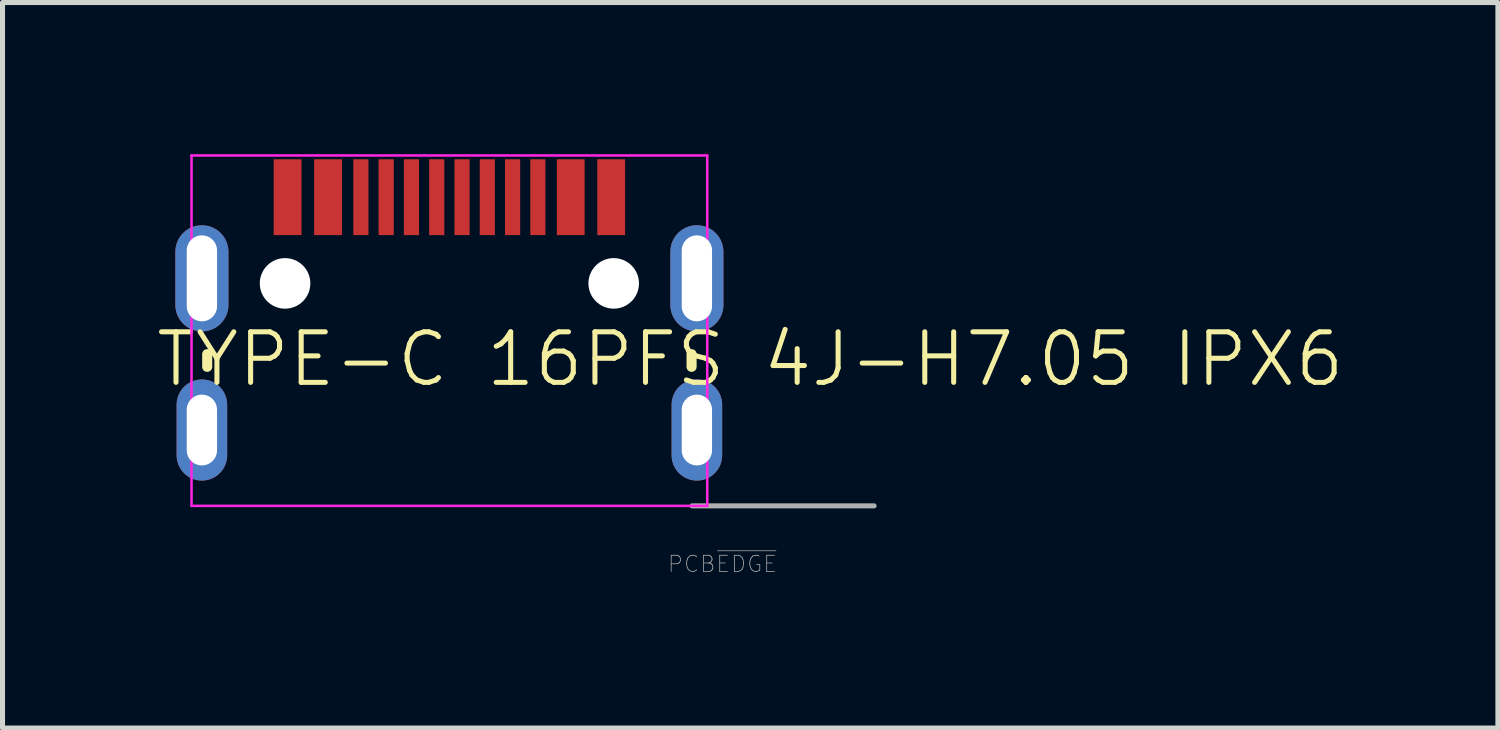
<source format=kicad_pcb>
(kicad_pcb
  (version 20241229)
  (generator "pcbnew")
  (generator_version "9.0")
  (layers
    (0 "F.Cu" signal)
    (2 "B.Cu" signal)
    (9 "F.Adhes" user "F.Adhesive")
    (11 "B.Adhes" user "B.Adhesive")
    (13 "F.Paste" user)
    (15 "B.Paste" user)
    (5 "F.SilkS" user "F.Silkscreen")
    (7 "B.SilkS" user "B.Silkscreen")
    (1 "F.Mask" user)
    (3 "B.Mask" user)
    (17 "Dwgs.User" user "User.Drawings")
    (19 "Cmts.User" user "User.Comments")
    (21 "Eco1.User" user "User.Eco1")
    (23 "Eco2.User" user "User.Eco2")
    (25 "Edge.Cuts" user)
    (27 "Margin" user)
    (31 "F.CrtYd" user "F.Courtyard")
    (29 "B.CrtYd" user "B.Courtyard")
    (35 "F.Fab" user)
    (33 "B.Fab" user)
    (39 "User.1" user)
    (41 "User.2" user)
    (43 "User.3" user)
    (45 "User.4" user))
  (footprint "TYPE-C 16PFS 4J-H7.05 IPX6"
    (layer "F.Cu")
    (at 5.838 3.955)
    (property "Reference" "TYPE-C 16PFS 4J-H7.05 IPX6" (at 5.95 0.1 180) (layer "F.SilkS") (effects (font (size 1 1) (thickness 0.1))))
    (attr through_hole)
    (fp_line (start -4.79 0) (end -4.79 0.25) (stroke (width 0.2) (type solid)) (layer "F.SilkS"))
    (fp_line (start 4.79 0) (end 4.79 0.25) (stroke (width 0.2) (type solid)) (layer "F.SilkS"))
    (fp_line (start -5.1 -3.93) (end -5.1 3) (stroke (width 0.05) (type solid)) (layer "F.CrtYd"))
    (fp_line (start -5.1 3) (end 5.1 3) (stroke (width 0.05) (type solid)) (layer "F.CrtYd"))
    (fp_line (start 5.1 -3.93) (end -5.1 -3.93) (stroke (width 0.05) (type solid)) (layer "F.CrtYd"))
    (fp_line (start 5.1 3) (end 5.1 -3.93) (stroke (width 0.05) (type solid)) (layer "F.CrtYd"))
    (fp_line (start 4.8 3) (end 8.4 3) (stroke (width 0.1) (type solid)) (layer "F.Fab"))
    (fp_text user "PCB~{EDGE}" (at 5.4 4.15 180) (layer "F.Fab") (effects (font (size 0.32 0.32) (thickness 0.015))))
    (pad "" np_thru_hole circle (at -3.25 -1.4) (size 1 1) (drill 1) (layers "*.Cu" "*.Mask"))
    (pad "" np_thru_hole circle (at 3.25 -1.4) (size 1 1) (drill 1) (layers "*.Cu" "*.Mask"))
    (pad "A1/B12" smd rect (at -3.2 -3.105) (size 0.55 1.5) (layers "F.Cu" "F.Mask" "F.Paste"))
    (pad "A4/B9" smd rect (at -2.4 -3.105) (size 0.55 1.5) (layers "F.Cu" "F.Mask" "F.Paste"))
    (pad "A5" smd rect (at -1.25 -3.105) (size 0.3 1.5) (layers "F.Cu" "F.Mask" "F.Paste"))
    (pad "A6" smd rect (at -0.25 -3.105) (size 0.3 1.5) (layers "F.Cu" "F.Mask" "F.Paste"))
    (pad "A7" smd rect (at 0.25 -3.105) (size 0.3 1.5) (layers "F.Cu" "F.Mask" "F.Paste"))
    (pad "A8" smd rect (at 1.25 -3.105) (size 0.3 1.5) (layers "F.Cu" "F.Mask" "F.Paste"))
    (pad "B1/A12" smd rect (at 3.2 -3.105) (size 0.55 1.5) (layers "F.Cu" "F.Mask" "F.Paste"))
    (pad "B4/A9" smd rect (at 2.4 -3.105) (size 0.55 1.5) (layers "F.Cu" "F.Mask" "F.Paste"))
    (pad "B5" smd rect (at 1.75 -3.105) (size 0.3 1.5) (layers "F.Cu" "F.Mask" "F.Paste"))
    (pad "B6" smd rect (at 0.75 -3.105) (size 0.3 1.5) (layers "F.Cu" "F.Mask" "F.Paste"))
    (pad "B7" smd rect (at -0.75 -3.105) (size 0.3 1.5) (layers "F.Cu" "F.Mask" "F.Paste"))
    (pad "B8" smd rect (at -1.75 -3.105) (size 0.3 1.5) (layers "F.Cu" "F.Mask" "F.Paste"))
    (pad "G1" thru_hole oval (at -4.895 1.5) (size 1 2) (drill oval 0.6 1.4) (layers "*.Cu" "*.Mask"))
    (pad "G2" thru_hole oval (at 4.895 1.5) (size 1 2) (drill oval 0.6 1.4) (layers "*.Cu" "*.Mask"))
    (pad "G3" thru_hole oval (at -4.895 -1.5) (size 1.05 2.1) (drill oval 0.6 1.7) (layers "*.Cu" "*.Mask"))
    (pad "G4" thru_hole oval (at 4.895 -1.5) (size 1.05 2.1) (drill oval 0.6 1.7) (layers "*.Cu" "*.Mask")))
  (gr_rect
    (start -3 -3)
    (end 26.576 11.349)
    (stroke (width 0.1) (type default))
    (fill no)
    (layer "Edge.Cuts")))
</source>
